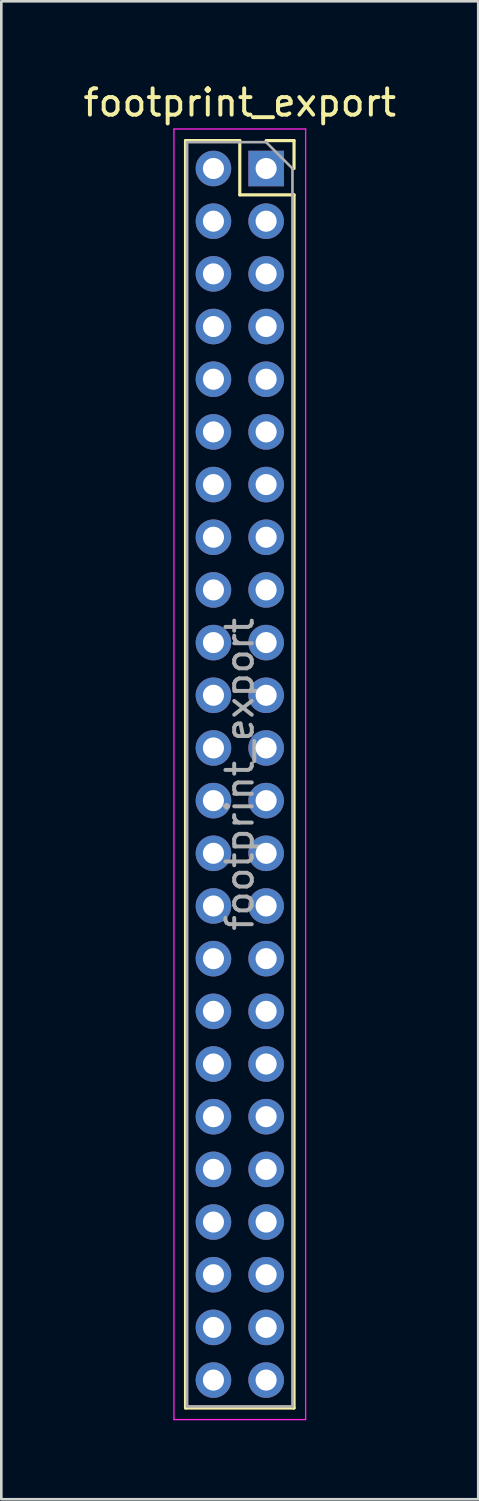
<source format=kicad_pcb>
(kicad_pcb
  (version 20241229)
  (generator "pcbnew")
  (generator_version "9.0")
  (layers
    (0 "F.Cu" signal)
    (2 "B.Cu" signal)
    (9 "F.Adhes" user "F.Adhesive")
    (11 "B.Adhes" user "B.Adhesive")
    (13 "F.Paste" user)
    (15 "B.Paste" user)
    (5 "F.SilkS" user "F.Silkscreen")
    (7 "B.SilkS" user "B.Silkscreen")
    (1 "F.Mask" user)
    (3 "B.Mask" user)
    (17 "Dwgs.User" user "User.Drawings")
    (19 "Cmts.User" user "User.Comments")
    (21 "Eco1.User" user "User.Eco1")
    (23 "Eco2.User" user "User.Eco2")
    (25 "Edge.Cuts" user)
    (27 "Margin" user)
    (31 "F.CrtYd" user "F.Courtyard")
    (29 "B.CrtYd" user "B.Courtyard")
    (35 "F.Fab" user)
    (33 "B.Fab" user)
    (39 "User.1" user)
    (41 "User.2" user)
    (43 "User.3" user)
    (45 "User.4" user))
  (footprint "footprint_export"
    (layer "F.Cu")
    (at 7.054 3.348)
    (property "Reference" "footprint_export" (at -1 -2.5 0) (layer "F.SilkS") (effects (font (size 1 1) (thickness 0.15))))
    (attr through_hole)
    (fp_line (start -3.06 -1.06) (end -3.06 47.06) (stroke (width 0.12) (type solid)) (layer "F.SilkS"))
    (fp_line (start -3.06 -1.06) (end -1 -1.06) (stroke (width 0.12) (type solid)) (layer "F.SilkS"))
    (fp_line (start -3.06 47.06) (end 1.06 47.06) (stroke (width 0.12) (type solid)) (layer "F.SilkS"))
    (fp_line (start -1 -1.06) (end -1 1) (stroke (width 0.12) (type solid)) (layer "F.SilkS"))
    (fp_line (start -1 1) (end 1.06 1) (stroke (width 0.12) (type solid)) (layer "F.SilkS"))
    (fp_line (start 0 -1.06) (end 1.06 -1.06) (stroke (width 0.12) (type solid)) (layer "F.SilkS"))
    (fp_line (start 1.06 -1.06) (end 1.06 0) (stroke (width 0.12) (type solid)) (layer "F.SilkS"))
    (fp_line (start 1.06 1) (end 1.06 47.06) (stroke (width 0.12) (type solid)) (layer "F.SilkS"))
    (fp_line (start -3.5 -1.5) (end 1.5 -1.5) (stroke (width 0.05) (type solid)) (layer "F.CrtYd"))
    (fp_line (start -3.5 47.5) (end -3.5 -1.5) (stroke (width 0.05) (type solid)) (layer "F.CrtYd"))
    (fp_line (start 1.5 -1.5) (end 1.5 47.5) (stroke (width 0.05) (type solid)) (layer "F.CrtYd"))
    (fp_line (start 1.5 47.5) (end -3.5 47.5) (stroke (width 0.05) (type solid)) (layer "F.CrtYd"))
    (fp_line (start -3 -1) (end 0 -1) (stroke (width 0.1) (type solid)) (layer "F.Fab"))
    (fp_line (start -3 47) (end -3 -1) (stroke (width 0.1) (type solid)) (layer "F.Fab"))
    (fp_line (start 0 -1) (end 1 0) (stroke (width 0.1) (type solid)) (layer "F.Fab"))
    (fp_line (start 1 0) (end 1 47) (stroke (width 0.1) (type solid)) (layer "F.Fab"))
    (fp_line (start 1 47) (end -3 47) (stroke (width 0.1) (type solid)) (layer "F.Fab"))
    (fp_text user "${REFERENCE}" (at -1 23 90) (layer "F.Fab") (effects (font (size 1 1) (thickness 0.15))))
    (pad "1" thru_hole rect (at 0 0) (size 1.35 1.35) (drill 0.8) (layers "*.Cu" "*.Mask"))
    (pad "2" thru_hole oval (at -2 0) (size 1.35 1.35) (drill 0.8) (layers "*.Cu" "*.Mask"))
    (pad "3" thru_hole oval (at 0 2) (size 1.35 1.35) (drill 0.8) (layers "*.Cu" "*.Mask"))
    (pad "4" thru_hole oval (at -2 2) (size 1.35 1.35) (drill 0.8) (layers "*.Cu" "*.Mask"))
    (pad "5" thru_hole oval (at 0 4) (size 1.35 1.35) (drill 0.8) (layers "*.Cu" "*.Mask"))
    (pad "6" thru_hole oval (at -2 4) (size 1.35 1.35) (drill 0.8) (layers "*.Cu" "*.Mask"))
    (pad "7" thru_hole oval (at 0 6) (size 1.35 1.35) (drill 0.8) (layers "*.Cu" "*.Mask"))
    (pad "8" thru_hole oval (at -2 6) (size 1.35 1.35) (drill 0.8) (layers "*.Cu" "*.Mask"))
    (pad "9" thru_hole oval (at 0 8) (size 1.35 1.35) (drill 0.8) (layers "*.Cu" "*.Mask"))
    (pad "10" thru_hole oval (at -2 8) (size 1.35 1.35) (drill 0.8) (layers "*.Cu" "*.Mask"))
    (pad "11" thru_hole oval (at 0 10) (size 1.35 1.35) (drill 0.8) (layers "*.Cu" "*.Mask"))
    (pad "12" thru_hole oval (at -2 10) (size 1.35 1.35) (drill 0.8) (layers "*.Cu" "*.Mask"))
    (pad "13" thru_hole oval (at 0 12) (size 1.35 1.35) (drill 0.8) (layers "*.Cu" "*.Mask"))
    (pad "14" thru_hole oval (at -2 12) (size 1.35 1.35) (drill 0.8) (layers "*.Cu" "*.Mask"))
    (pad "15" thru_hole oval (at 0 14) (size 1.35 1.35) (drill 0.8) (layers "*.Cu" "*.Mask"))
    (pad "16" thru_hole oval (at -2 14) (size 1.35 1.35) (drill 0.8) (layers "*.Cu" "*.Mask"))
    (pad "17" thru_hole oval (at 0 16) (size 1.35 1.35) (drill 0.8) (layers "*.Cu" "*.Mask"))
    (pad "18" thru_hole oval (at -2 16) (size 1.35 1.35) (drill 0.8) (layers "*.Cu" "*.Mask"))
    (pad "19" thru_hole oval (at 0 18) (size 1.35 1.35) (drill 0.8) (layers "*.Cu" "*.Mask"))
    (pad "20" thru_hole oval (at -2 18) (size 1.35 1.35) (drill 0.8) (layers "*.Cu" "*.Mask"))
    (pad "21" thru_hole oval (at 0 20) (size 1.35 1.35) (drill 0.8) (layers "*.Cu" "*.Mask"))
    (pad "22" thru_hole oval (at -2 20) (size 1.35 1.35) (drill 0.8) (layers "*.Cu" "*.Mask"))
    (pad "23" thru_hole oval (at 0 22) (size 1.35 1.35) (drill 0.8) (layers "*.Cu" "*.Mask"))
    (pad "24" thru_hole oval (at -2 22) (size 1.35 1.35) (drill 0.8) (layers "*.Cu" "*.Mask"))
    (pad "25" thru_hole oval (at 0 24) (size 1.35 1.35) (drill 0.8) (layers "*.Cu" "*.Mask"))
    (pad "26" thru_hole oval (at -2 24) (size 1.35 1.35) (drill 0.8) (layers "*.Cu" "*.Mask"))
    (pad "27" thru_hole oval (at 0 26) (size 1.35 1.35) (drill 0.8) (layers "*.Cu" "*.Mask"))
    (pad "28" thru_hole oval (at -2 26) (size 1.35 1.35) (drill 0.8) (layers "*.Cu" "*.Mask"))
    (pad "29" thru_hole oval (at 0 28) (size 1.35 1.35) (drill 0.8) (layers "*.Cu" "*.Mask"))
    (pad "30" thru_hole oval (at -2 28) (size 1.35 1.35) (drill 0.8) (layers "*.Cu" "*.Mask"))
    (pad "31" thru_hole oval (at 0 30) (size 1.35 1.35) (drill 0.8) (layers "*.Cu" "*.Mask"))
    (pad "32" thru_hole oval (at -2 30) (size 1.35 1.35) (drill 0.8) (layers "*.Cu" "*.Mask"))
    (pad "33" thru_hole oval (at 0 32) (size 1.35 1.35) (drill 0.8) (layers "*.Cu" "*.Mask"))
    (pad "34" thru_hole oval (at -2 32) (size 1.35 1.35) (drill 0.8) (layers "*.Cu" "*.Mask"))
    (pad "35" thru_hole oval (at 0 34) (size 1.35 1.35) (drill 0.8) (layers "*.Cu" "*.Mask"))
    (pad "36" thru_hole oval (at -2 34) (size 1.35 1.35) (drill 0.8) (layers "*.Cu" "*.Mask"))
    (pad "37" thru_hole oval (at 0 36) (size 1.35 1.35) (drill 0.8) (layers "*.Cu" "*.Mask"))
    (pad "38" thru_hole oval (at -2 36) (size 1.35 1.35) (drill 0.8) (layers "*.Cu" "*.Mask"))
    (pad "39" thru_hole oval (at 0 38) (size 1.35 1.35) (drill 0.8) (layers "*.Cu" "*.Mask"))
    (pad "40" thru_hole oval (at -2 38) (size 1.35 1.35) (drill 0.8) (layers "*.Cu" "*.Mask"))
    (pad "41" thru_hole oval (at 0 40) (size 1.35 1.35) (drill 0.8) (layers "*.Cu" "*.Mask"))
    (pad "42" thru_hole oval (at -2 40) (size 1.35 1.35) (drill 0.8) (layers "*.Cu" "*.Mask"))
    (pad "43" thru_hole oval (at 0 42) (size 1.35 1.35) (drill 0.8) (layers "*.Cu" "*.Mask"))
    (pad "44" thru_hole oval (at -2 42) (size 1.35 1.35) (drill 0.8) (layers "*.Cu" "*.Mask"))
    (pad "45" thru_hole oval (at 0 44) (size 1.35 1.35) (drill 0.8) (layers "*.Cu" "*.Mask"))
    (pad "46" thru_hole oval (at -2 44) (size 1.35 1.35) (drill 0.8) (layers "*.Cu" "*.Mask"))
    (pad "47" thru_hole oval (at 0 46) (size 1.35 1.35) (drill 0.8) (layers "*.Cu" "*.Mask"))
    (pad "48" thru_hole oval (at -2 46) (size 1.35 1.35) (drill 0.8) (layers "*.Cu" "*.Mask")))
  (gr_rect
    (start -3 -3)
    (end 15.107 53.873)
    (stroke (width 0.1) (type default))
    (fill no)
    (layer "Edge.Cuts")))
</source>
